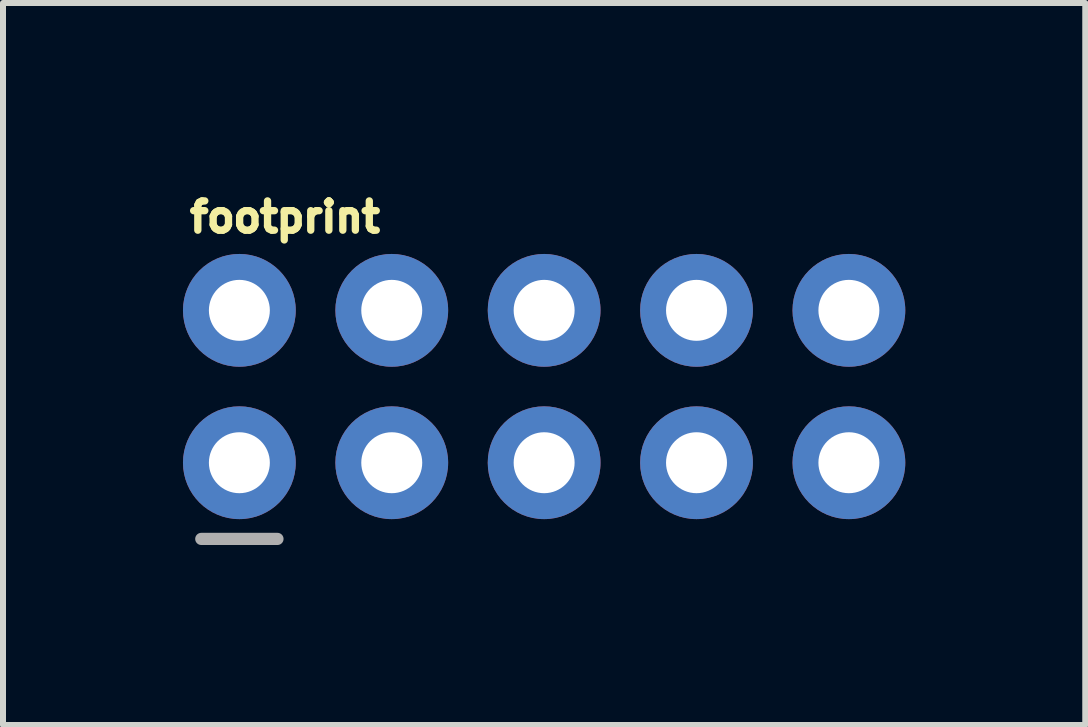
<source format=kicad_pcb>
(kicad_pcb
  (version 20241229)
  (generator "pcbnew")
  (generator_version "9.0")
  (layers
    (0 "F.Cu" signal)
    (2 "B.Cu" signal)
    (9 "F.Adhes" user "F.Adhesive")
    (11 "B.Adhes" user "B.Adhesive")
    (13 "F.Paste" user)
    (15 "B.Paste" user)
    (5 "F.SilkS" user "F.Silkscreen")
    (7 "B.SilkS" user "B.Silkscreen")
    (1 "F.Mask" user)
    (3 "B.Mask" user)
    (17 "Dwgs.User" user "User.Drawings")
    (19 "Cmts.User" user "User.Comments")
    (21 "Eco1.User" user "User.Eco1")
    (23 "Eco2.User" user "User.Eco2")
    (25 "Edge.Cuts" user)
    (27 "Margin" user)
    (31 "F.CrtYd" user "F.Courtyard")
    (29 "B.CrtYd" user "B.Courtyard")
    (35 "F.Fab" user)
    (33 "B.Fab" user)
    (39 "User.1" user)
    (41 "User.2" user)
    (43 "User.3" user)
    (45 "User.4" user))
  (footprint "footprint"
    (layer "F.Cu")
    (at 0.94 4.663)
    (property "Reference" "footprint" (at -0.889 -3.81 0) (layer "F.SilkS") (effects (font (size 0.488 0.488) (thickness 0.122)) (justify left bottom)))
    (fp_line (start 0.635 1.27) (end -0.635 1.27) (stroke (width 0.203) (type solid)) (layer "F.Fab"))
    (fp_poly (pts (xy 0.254 -2.286) (xy 0.254 -2.794) (xy -0.254 -2.794) (xy -0.254 -2.286)) (stroke (width 0.1) (type solid)) (fill no) (layer "F.Fab"))
    (fp_poly (pts (xy 0.254 0.254) (xy 0.254 -0.254) (xy -0.254 -0.254) (xy -0.254 0.254)) (stroke (width 0.1) (type solid)) (fill no) (layer "F.Fab"))
    (fp_poly (pts (xy 2.794 -2.286) (xy 2.794 -2.794) (xy 2.286 -2.794) (xy 2.286 -2.286)) (stroke (width 0.1) (type solid)) (fill no) (layer "F.Fab"))
    (fp_poly (pts (xy 2.794 0.254) (xy 2.794 -0.254) (xy 2.286 -0.254) (xy 2.286 0.254)) (stroke (width 0.1) (type solid)) (fill no) (layer "F.Fab"))
    (fp_poly (pts (xy 5.334 -2.286) (xy 5.334 -2.794) (xy 4.826 -2.794) (xy 4.826 -2.286)) (stroke (width 0.1) (type solid)) (fill no) (layer "F.Fab"))
    (fp_poly (pts (xy 5.334 0.254) (xy 5.334 -0.254) (xy 4.826 -0.254) (xy 4.826 0.254)) (stroke (width 0.1) (type solid)) (fill no) (layer "F.Fab"))
    (fp_poly (pts (xy 7.874 -2.286) (xy 7.874 -2.794) (xy 7.366 -2.794) (xy 7.366 -2.286)) (stroke (width 0.1) (type solid)) (fill no) (layer "F.Fab"))
    (fp_poly (pts (xy 7.874 0.254) (xy 7.874 -0.254) (xy 7.366 -0.254) (xy 7.366 0.254)) (stroke (width 0.1) (type solid)) (fill no) (layer "F.Fab"))
    (fp_poly (pts (xy 10.414 -2.286) (xy 10.414 -2.794) (xy 9.906 -2.794) (xy 9.906 -2.286)) (stroke (width 0.1) (type solid)) (fill no) (layer "F.Fab"))
    (fp_poly (pts (xy 10.414 0.254) (xy 10.414 -0.254) (xy 9.906 -0.254) (xy 9.906 0.254)) (stroke (width 0.1) (type solid)) (fill no) (layer "F.Fab"))
    (pad "1" thru_hole circle (at 0 0) (size 1.88 1.88) (drill 1.016) (layers "*.Cu" "*.Mask"))
    (pad "2" thru_hole circle (at 0 -2.54) (size 1.88 1.88) (drill 1.016) (layers "*.Cu" "*.Mask"))
    (pad "3" thru_hole circle (at 2.54 0) (size 1.88 1.88) (drill 1.016) (layers "*.Cu" "*.Mask"))
    (pad "4" thru_hole circle (at 2.54 -2.54) (size 1.88 1.88) (drill 1.016) (layers "*.Cu" "*.Mask"))
    (pad "5" thru_hole circle (at 5.08 0) (size 1.88 1.88) (drill 1.016) (layers "*.Cu" "*.Mask"))
    (pad "6" thru_hole circle (at 5.08 -2.54) (size 1.88 1.88) (drill 1.016) (layers "*.Cu" "*.Mask"))
    (pad "7" thru_hole circle (at 7.62 0) (size 1.88 1.88) (drill 1.016) (layers "*.Cu" "*.Mask"))
    (pad "8" thru_hole circle (at 7.62 -2.54) (size 1.88 1.88) (drill 1.016) (layers "*.Cu" "*.Mask"))
    (pad "9" thru_hole circle (at 10.16 0) (size 1.88 1.88) (drill 1.016) (layers "*.Cu" "*.Mask"))
    (pad "10" thru_hole circle (at 10.16 -2.54) (size 1.88 1.88) (drill 1.016) (layers "*.Cu" "*.Mask")))
  (gr_rect
    (start -3 -3)
    (end 15.04 9.035)
    (stroke (width 0.1) (type default))
    (fill no)
    (layer "Edge.Cuts")))
</source>
